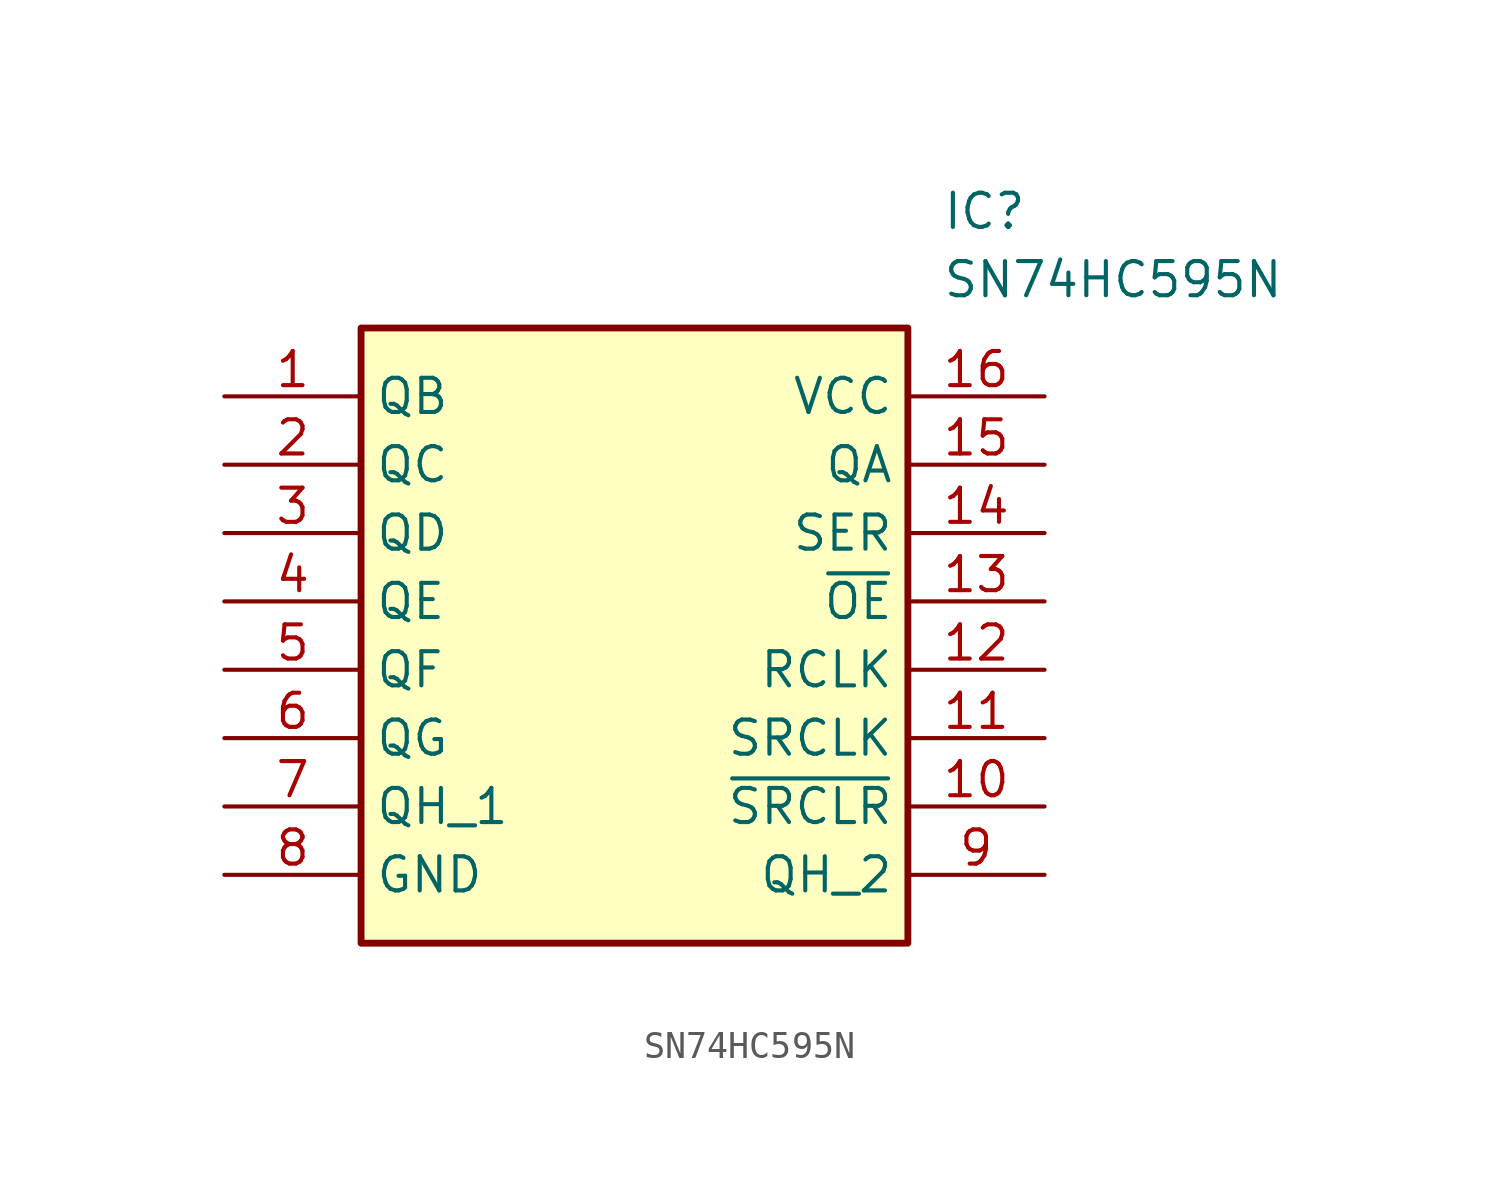
<source format=kicad_sym>
(kicad_symbol_lib
  (version 20211014)
  (generator SamacSys_ECAD_Model)
  (symbol "SN74HC595N"
    (property "Reference" "IC"
      (at 26.67 7.62 0)
      (effects (font (size 1.27 1.27)) (justify left top)))
    (property "Value" "SN74HC595N"
      (at 26.67 5.08 0)
      (effects (font (size 1.27 1.27)) (justify left top)))
    (rectangle
      (start 5.08 2.54)
      (end 25.4 -20.32)
      (stroke (width 0.254) (type default))
      (fill (type background)))
    (pin passive line
      (at 0 0 0)
      (length 5.08)
      (name "QB" (effects (font (size 1.27 1.27))))
      (number "1" (effects (font (size 1.27 1.27)))))
    (pin passive line
      (at 0 -2.54 0)
      (length 5.08)
      (name "QC" (effects (font (size 1.27 1.27))))
      (number "2" (effects (font (size 1.27 1.27)))))
    (pin passive line
      (at 0 -5.08 0)
      (length 5.08)
      (name "QD" (effects (font (size 1.27 1.27))))
      (number "3" (effects (font (size 1.27 1.27)))))
    (pin passive line
      (at 0 -7.62 0)
      (length 5.08)
      (name "QE" (effects (font (size 1.27 1.27))))
      (number "4" (effects (font (size 1.27 1.27)))))
    (pin passive line
      (at 0 -10.16 0)
      (length 5.08)
      (name "QF" (effects (font (size 1.27 1.27))))
      (number "5" (effects (font (size 1.27 1.27)))))
    (pin passive line
      (at 0 -12.7 0)
      (length 5.08)
      (name "QG" (effects (font (size 1.27 1.27))))
      (number "6" (effects (font (size 1.27 1.27)))))
    (pin passive line
      (at 0 -15.24 0)
      (length 5.08)
      (name "QH_1" (effects (font (size 1.27 1.27))))
      (number "7" (effects (font (size 1.27 1.27)))))
    (pin power_in line
      (at 0 -17.78 0)
      (length 5.08)
      (name "GND" (effects (font (size 1.27 1.27))))
      (number "8" (effects (font (size 1.27 1.27)))))
    (pin power_in line
      (at 30.48 0 180)
      (length 5.08)
      (name "VCC" (effects (font (size 1.27 1.27))))
      (number "16" (effects (font (size 1.27 1.27)))))
    (pin passive line
      (at 30.48 -2.54 180)
      (length 5.08)
      (name "QA" (effects (font (size 1.27 1.27))))
      (number "15" (effects (font (size 1.27 1.27)))))
    (pin passive line
      (at 30.48 -5.08 180)
      (length 5.08)
      (name "SER" (effects (font (size 1.27 1.27))))
      (number "14" (effects (font (size 1.27 1.27)))))
    (pin passive line
      (at 30.48 -7.62 180)
      (length 5.08)
      (name "~{OE}" (effects (font (size 1.27 1.27))))
      (number "13" (effects (font (size 1.27 1.27)))))
    (pin input line
      (at 30.48 -10.16 180)
      (length 5.08)
      (name "RCLK" (effects (font (size 1.27 1.27))))
      (number "12" (effects (font (size 1.27 1.27)))))
    (pin input line
      (at 30.48 -12.7 180)
      (length 5.08)
      (name "SRCLK" (effects (font (size 1.27 1.27))))
      (number "11" (effects (font (size 1.27 1.27)))))
    (pin passive line
      (at 30.48 -15.24 180)
      (length 5.08)
      (name "~{SRCLR}" (effects (font (size 1.27 1.27))))
      (number "10" (effects (font (size 1.27 1.27)))))
    (pin passive line
      (at 30.48 -17.78 180)
      (length 5.08)
      (name "QH_2" (effects (font (size 1.27 1.27))))
      (number "9" (effects (font (size 1.27 1.27)))))))
</source>
